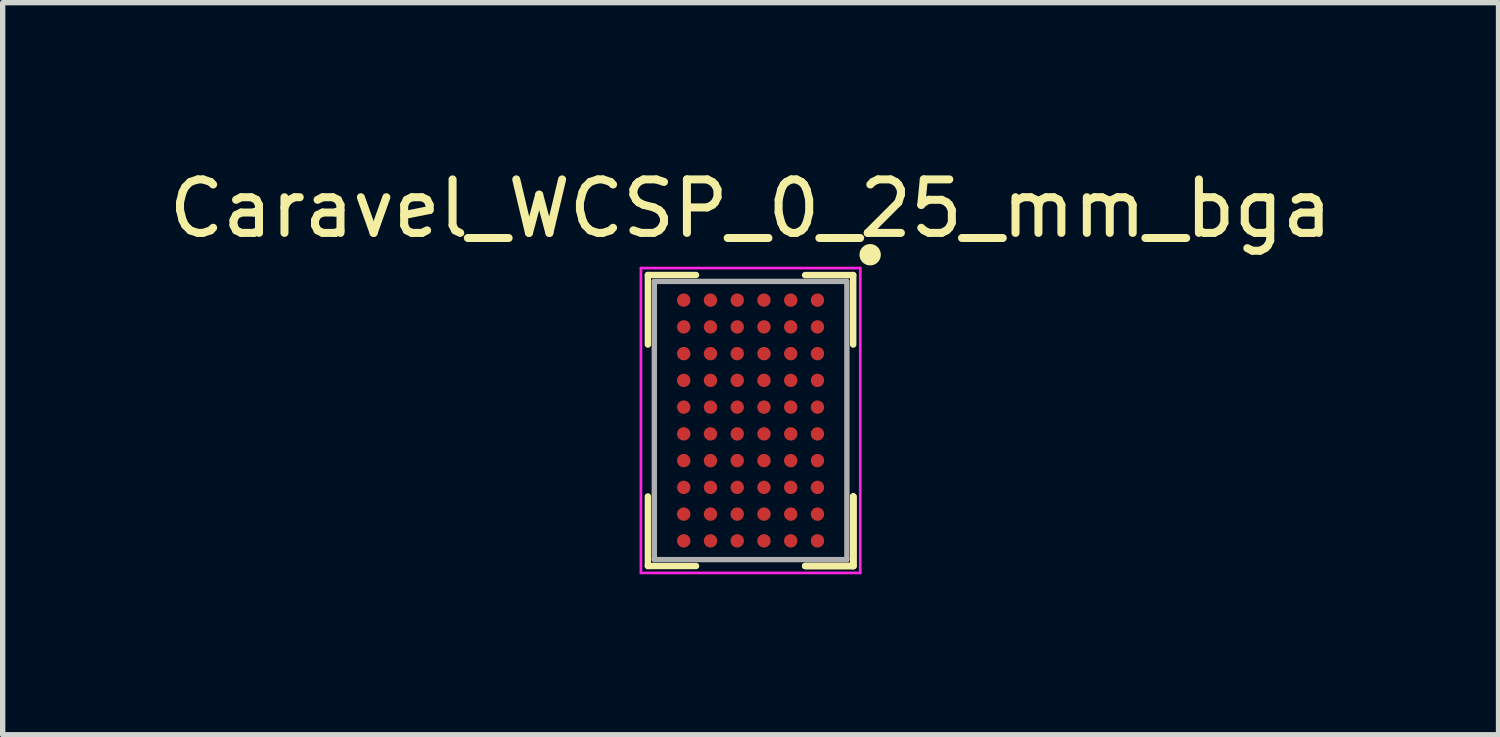
<source format=kicad_pcb>
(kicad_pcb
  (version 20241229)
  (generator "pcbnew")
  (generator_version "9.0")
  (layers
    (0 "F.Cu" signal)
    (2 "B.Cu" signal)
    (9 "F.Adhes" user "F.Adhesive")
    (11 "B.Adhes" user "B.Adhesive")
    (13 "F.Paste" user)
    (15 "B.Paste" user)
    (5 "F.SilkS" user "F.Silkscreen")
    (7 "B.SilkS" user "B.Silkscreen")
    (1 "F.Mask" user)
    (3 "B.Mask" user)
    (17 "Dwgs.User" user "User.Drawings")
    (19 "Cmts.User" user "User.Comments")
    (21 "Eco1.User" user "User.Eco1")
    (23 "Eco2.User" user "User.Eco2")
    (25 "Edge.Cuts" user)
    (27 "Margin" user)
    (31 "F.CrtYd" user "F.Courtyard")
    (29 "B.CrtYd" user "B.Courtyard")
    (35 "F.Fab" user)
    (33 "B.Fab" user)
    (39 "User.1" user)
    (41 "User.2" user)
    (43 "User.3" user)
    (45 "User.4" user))
  (footprint "Caravel_WCSP_0_25_mm_bga"
    (layer "F.Cu")
    (at 10.982 4.811)
    (property "Reference" "Caravel_WCSP_0_25_mm_bga" (at 0 -3.962 0) (layer "F.SilkS") (effects (font (size 1 1) (thickness 0.15))))
    (attr smd)
    (fp_line (start -1.92 -2.72) (end -1.02 -2.72) (stroke (width 0.12) (type solid)) (layer "F.SilkS"))
    (fp_line (start -1.92 -1.42) (end -1.92 -2.72) (stroke (width 0.12) (type solid)) (layer "F.SilkS"))
    (fp_line (start -1.92 1.42) (end -1.92 2.72) (stroke (width 0.12) (type solid)) (layer "F.SilkS"))
    (fp_line (start -1.92 2.72) (end -1.02 2.72) (stroke (width 0.12) (type solid)) (layer "F.SilkS"))
    (fp_line (start 1.018 -2.718) (end 1.918 -2.718) (stroke (width 0.12) (type solid)) (layer "F.SilkS"))
    (fp_line (start 1.918 -1.42) (end 1.918 -2.72) (stroke (width 0.12) (type solid)) (layer "F.SilkS"))
    (fp_line (start 1.92 1.42) (end 1.92 2.72) (stroke (width 0.12) (type solid)) (layer "F.SilkS"))
    (fp_line (start 1.92 1.42) (end 1.92 2.72) (stroke (width 0.12) (type solid)) (layer "F.SilkS"))
    (fp_line (start 1.92 1.42) (end 1.92 2.72) (stroke (width 0.12) (type solid)) (layer "F.SilkS"))
    (fp_line (start 1.92 2.72) (end 1.02 2.72) (stroke (width 0.12) (type solid)) (layer "F.SilkS"))
    (fp_line (start 1.92 2.72) (end 1.02 2.72) (stroke (width 0.12) (type solid)) (layer "F.SilkS"))
    (fp_line (start 1.92 2.72) (end 1.02 2.72) (stroke (width 0.12) (type solid)) (layer "F.SilkS"))
    (fp_circle (center 2.235 -3.099) (end 2.135 -3.099) (stroke (width 0.2) (type solid)) (fill no) (layer "F.SilkS"))
    (fp_line (start -2.05 -2.85) (end 2.05 -2.85) (stroke (width 0.05) (type solid)) (layer "F.CrtYd"))
    (fp_line (start -2.05 2.85) (end -2.05 -2.85) (stroke (width 0.05) (type solid)) (layer "F.CrtYd"))
    (fp_line (start 2.05 -2.85) (end 2.05 2.85) (stroke (width 0.05) (type solid)) (layer "F.CrtYd"))
    (fp_line (start 2.05 2.85) (end -2.05 2.85) (stroke (width 0.05) (type solid)) (layer "F.CrtYd"))
    (fp_line (start -1.8 -2.6) (end -1.8 2.6) (stroke (width 0.1) (type solid)) (layer "F.Fab"))
    (fp_line (start -1.8 2.6) (end 1.8 2.6) (stroke (width 0.1) (type solid)) (layer "F.Fab"))
    (fp_line (start 1.791 -2.6) (end -1.8 -2.6) (stroke (width 0.1) (type solid)) (layer "F.Fab"))
    (fp_line (start 1.8 2.6) (end 1.8 -2.603) (stroke (width 0.1) (type solid)) (layer "F.Fab"))
    (pad "A1" smd circle (at 1.25 -2.25 90) (size 0.25 0.25) (property pad_prop_bga) (layers "F.Cu" "F.Mask" "F.Paste"))
    (pad "A2" smd circle (at 1.25 -1.75 270) (size 0.25 0.25) (property pad_prop_bga) (layers "F.Cu" "F.Mask" "F.Paste"))
    (pad "A3" smd circle (at 1.25 -1.25 270) (size 0.25 0.25) (property pad_prop_bga) (layers "F.Cu" "F.Mask" "F.Paste"))
    (pad "A4" smd circle (at 1.25 -0.75 270) (size 0.25 0.25) (property pad_prop_bga) (layers "F.Cu" "F.Mask" "F.Paste"))
    (pad "A5" smd circle (at 1.25 -0.25 270) (size 0.25 0.25) (property pad_prop_bga) (layers "F.Cu" "F.Mask" "F.Paste"))
    (pad "A6" smd circle (at 1.25 0.25 270) (size 0.25 0.25) (property pad_prop_bga) (layers "F.Cu" "F.Mask" "F.Paste"))
    (pad "A7" smd circle (at 1.25 0.75 270) (size 0.25 0.25) (property pad_prop_bga) (layers "F.Cu" "F.Mask" "F.Paste"))
    (pad "A8" smd circle (at 1.25 1.25 270) (size 0.25 0.25) (property pad_prop_bga) (layers "F.Cu" "F.Mask" "F.Paste"))
    (pad "A9" smd circle (at 1.25 1.75 270) (size 0.25 0.25) (property pad_prop_bga) (layers "F.Cu" "F.Mask" "F.Paste"))
    (pad "A10" smd circle (at 1.25 2.25 270) (size 0.25 0.25) (property pad_prop_bga) (layers "F.Cu" "F.Mask" "F.Paste"))
    (pad "B1" smd circle (at 0.75 -2.25 270) (size 0.25 0.25) (property pad_prop_bga) (layers "F.Cu" "F.Mask" "F.Paste"))
    (pad "B2" smd circle (at 0.75 -1.75 270) (size 0.25 0.25) (property pad_prop_bga) (layers "F.Cu" "F.Mask" "F.Paste"))
    (pad "B3" smd circle (at 0.75 -1.25 270) (size 0.25 0.25) (property pad_prop_bga) (layers "F.Cu" "F.Mask" "F.Paste"))
    (pad "B4" smd circle (at 0.75 -0.75 270) (size 0.25 0.25) (property pad_prop_bga) (layers "F.Cu" "F.Mask" "F.Paste"))
    (pad "B5" smd circle (at 0.75 -0.25 270) (size 0.25 0.25) (property pad_prop_bga) (layers "F.Cu" "F.Mask" "F.Paste"))
    (pad "B6" smd circle (at 0.75 0.25 270) (size 0.25 0.25) (property pad_prop_bga) (layers "F.Cu" "F.Mask" "F.Paste"))
    (pad "B7" smd circle (at 0.75 0.75 270) (size 0.25 0.25) (property pad_prop_bga) (layers "F.Cu" "F.Mask" "F.Paste"))
    (pad "B8" smd circle (at 0.75 1.25 270) (size 0.25 0.25) (property pad_prop_bga) (layers "F.Cu" "F.Mask" "F.Paste"))
    (pad "B9" smd circle (at 0.75 1.75 270) (size 0.25 0.25) (property pad_prop_bga) (layers "F.Cu" "F.Mask" "F.Paste"))
    (pad "B10" smd circle (at 0.75 2.25 270) (size 0.25 0.25) (property pad_prop_bga) (layers "F.Cu" "F.Mask" "F.Paste"))
    (pad "C1" smd circle (at 0.25 -2.25 270) (size 0.25 0.25) (property pad_prop_bga) (layers "F.Cu" "F.Mask" "F.Paste"))
    (pad "C2" smd circle (at 0.25 -1.75 270) (size 0.25 0.25) (property pad_prop_bga) (layers "F.Cu" "F.Mask" "F.Paste"))
    (pad "C3" smd circle (at 0.25 -1.25 270) (size 0.25 0.25) (property pad_prop_bga) (layers "F.Cu" "F.Mask" "F.Paste"))
    (pad "C4" smd circle (at 0.25 -0.75 270) (size 0.25 0.25) (property pad_prop_bga) (layers "F.Cu" "F.Mask" "F.Paste"))
    (pad "C5" smd circle (at 0.25 -0.25 270) (size 0.25 0.25) (property pad_prop_bga) (layers "F.Cu" "F.Mask" "F.Paste"))
    (pad "C6" smd circle (at 0.25 0.25 270) (size 0.25 0.25) (property pad_prop_bga) (layers "F.Cu" "F.Mask" "F.Paste"))
    (pad "C7" smd circle (at 0.25 0.75 270) (size 0.25 0.25) (property pad_prop_bga) (layers "F.Cu" "F.Mask" "F.Paste"))
    (pad "C8" smd circle (at 0.25 1.25 270) (size 0.25 0.25) (property pad_prop_bga) (layers "F.Cu" "F.Mask" "F.Paste"))
    (pad "C9" smd circle (at 0.25 1.75 270) (size 0.25 0.25) (property pad_prop_bga) (layers "F.Cu" "F.Mask" "F.Paste"))
    (pad "C10" smd circle (at 0.25 2.25 270) (size 0.25 0.25) (property pad_prop_bga) (layers "F.Cu" "F.Mask" "F.Paste"))
    (pad "D1" smd circle (at -0.25 -2.25 270) (size 0.25 0.25) (property pad_prop_bga) (layers "F.Cu" "F.Mask" "F.Paste"))
    (pad "D2" smd circle (at -0.25 -1.75 270) (size 0.25 0.25) (property pad_prop_bga) (layers "F.Cu" "F.Mask" "F.Paste"))
    (pad "D3" smd circle (at -0.25 -1.25 270) (size 0.25 0.25) (property pad_prop_bga) (layers "F.Cu" "F.Mask" "F.Paste"))
    (pad "D4" smd circle (at -0.25 -0.75 270) (size 0.25 0.25) (property pad_prop_bga) (layers "F.Cu" "F.Mask" "F.Paste"))
    (pad "D5" smd circle (at -0.25 -0.25 270) (size 0.25 0.25) (property pad_prop_bga) (layers "F.Cu" "F.Mask" "F.Paste"))
    (pad "D6" smd circle (at -0.25 0.25 270) (size 0.25 0.25) (property pad_prop_bga) (layers "F.Cu" "F.Mask" "F.Paste"))
    (pad "D7" smd circle (at -0.25 0.75 270) (size 0.25 0.25) (property pad_prop_bga) (layers "F.Cu" "F.Mask" "F.Paste"))
    (pad "D8" smd circle (at -0.25 1.25 270) (size 0.25 0.25) (property pad_prop_bga) (layers "F.Cu" "F.Mask" "F.Paste"))
    (pad "D9" smd circle (at -0.25 1.75 270) (size 0.25 0.25) (property pad_prop_bga) (layers "F.Cu" "F.Mask" "F.Paste"))
    (pad "D10" smd circle (at -0.25 2.25 270) (size 0.25 0.25) (property pad_prop_bga) (layers "F.Cu" "F.Mask" "F.Paste"))
    (pad "E1" smd circle (at -0.75 -2.25 270) (size 0.25 0.25) (property pad_prop_bga) (layers "F.Cu" "F.Mask" "F.Paste"))
    (pad "E2" smd circle (at -0.75 -1.75 270) (size 0.25 0.25) (property pad_prop_bga) (layers "F.Cu" "F.Mask" "F.Paste"))
    (pad "E3" smd circle (at -0.75 -1.25 270) (size 0.25 0.25) (property pad_prop_bga) (layers "F.Cu" "F.Mask" "F.Paste"))
    (pad "E4" smd circle (at -0.75 -0.75 270) (size 0.25 0.25) (property pad_prop_bga) (layers "F.Cu" "F.Mask" "F.Paste"))
    (pad "E5" smd circle (at -0.75 -0.25 270) (size 0.25 0.25) (property pad_prop_bga) (layers "F.Cu" "F.Mask" "F.Paste"))
    (pad "E6" smd circle (at -0.75 0.25 270) (size 0.25 0.25) (property pad_prop_bga) (layers "F.Cu" "F.Mask" "F.Paste"))
    (pad "E7" smd circle (at -0.75 0.75 270) (size 0.25 0.25) (property pad_prop_bga) (layers "F.Cu" "F.Mask" "F.Paste"))
    (pad "E8" smd circle (at -0.75 1.25 270) (size 0.25 0.25) (property pad_prop_bga) (layers "F.Cu" "F.Mask" "F.Paste"))
    (pad "E9" smd circle (at -0.75 1.75 270) (size 0.25 0.25) (property pad_prop_bga) (layers "F.Cu" "F.Mask" "F.Paste"))
    (pad "E10" smd circle (at -0.75 2.25 270) (size 0.25 0.25) (property pad_prop_bga) (layers "F.Cu" "F.Mask" "F.Paste"))
    (pad "F1" smd circle (at -1.25 -2.25 270) (size 0.25 0.25) (property pad_prop_bga) (layers "F.Cu" "F.Mask" "F.Paste"))
    (pad "F2" smd circle (at -1.25 -1.75 270) (size 0.25 0.25) (property pad_prop_bga) (layers "F.Cu" "F.Mask" "F.Paste"))
    (pad "F3" smd circle (at -1.25 -1.25 270) (size 0.25 0.25) (property pad_prop_bga) (layers "F.Cu" "F.Mask" "F.Paste"))
    (pad "F4" smd circle (at -1.25 -0.75 270) (size 0.25 0.25) (property pad_prop_bga) (layers "F.Cu" "F.Mask" "F.Paste"))
    (pad "F5" smd circle (at -1.25 -0.25 270) (size 0.25 0.25) (property pad_prop_bga) (layers "F.Cu" "F.Mask" "F.Paste"))
    (pad "F6" smd circle (at -1.25 0.25 270) (size 0.25 0.25) (property pad_prop_bga) (layers "F.Cu" "F.Mask" "F.Paste"))
    (pad "F7" smd circle (at -1.25 0.75 270) (size 0.25 0.25) (property pad_prop_bga) (layers "F.Cu" "F.Mask" "F.Paste"))
    (pad "F8" smd circle (at -1.25 1.25 270) (size 0.25 0.25) (property pad_prop_bga) (layers "F.Cu" "F.Mask" "F.Paste"))
    (pad "F9" smd circle (at -1.25 1.75 270) (size 0.25 0.25) (property pad_prop_bga) (layers "F.Cu" "F.Mask" "F.Paste"))
    (pad "F10" smd circle (at -1.25 2.25 270) (size 0.25 0.25) (property pad_prop_bga) (layers "F.Cu" "F.Mask" "F.Paste")))
  (gr_rect
    (start -3 -3)
    (end 24.964 10.686)
    (stroke (width 0.1) (type default))
    (fill no)
    (layer "Edge.Cuts")))
</source>
